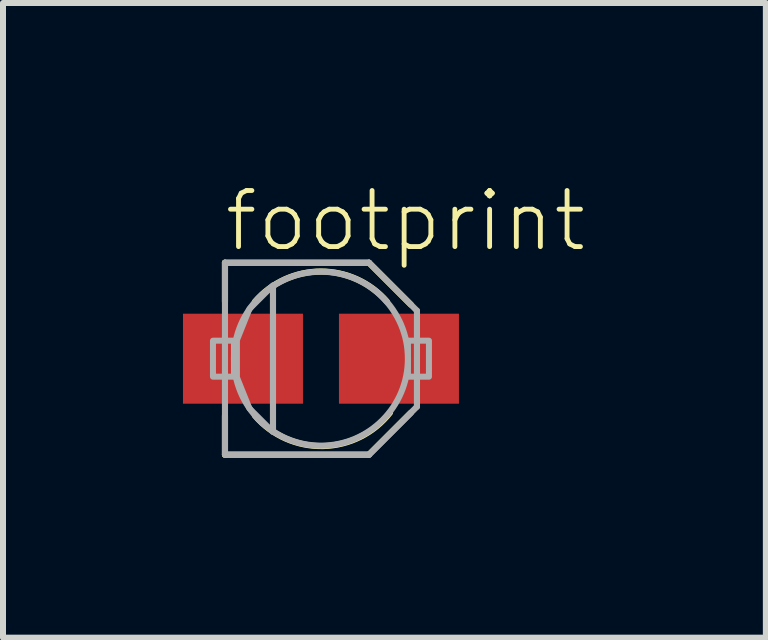
<source format=kicad_pcb>
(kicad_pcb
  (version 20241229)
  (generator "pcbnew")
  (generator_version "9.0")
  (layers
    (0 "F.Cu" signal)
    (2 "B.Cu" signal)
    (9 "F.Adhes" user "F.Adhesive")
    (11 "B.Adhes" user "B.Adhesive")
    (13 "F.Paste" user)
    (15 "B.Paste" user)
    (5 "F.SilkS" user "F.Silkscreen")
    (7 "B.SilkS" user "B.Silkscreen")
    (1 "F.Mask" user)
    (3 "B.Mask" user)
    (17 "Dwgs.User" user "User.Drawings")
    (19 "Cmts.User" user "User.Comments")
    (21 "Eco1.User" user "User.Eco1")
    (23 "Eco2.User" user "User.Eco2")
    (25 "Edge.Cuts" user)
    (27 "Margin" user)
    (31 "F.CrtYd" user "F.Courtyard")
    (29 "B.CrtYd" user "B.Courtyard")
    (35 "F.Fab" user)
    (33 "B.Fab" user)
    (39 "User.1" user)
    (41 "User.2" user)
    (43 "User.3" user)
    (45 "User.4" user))
  (footprint "footprint"
    (layer "F.Cu")
    (at 2.3 2.929)
    (property "Reference" "footprint" (at -1.65 -1.75 0) (layer "F.SilkS") (effects (font (size 0.935 0.935) (thickness 0.081)) (justify left bottom)))
    (fp_line (start -1.6 -1.6) (end 0.8 -1.6) (stroke (width 0.102) (type solid)) (layer "F.SilkS"))
    (fp_line (start -1.6 -0.95) (end -1.6 -1.6) (stroke (width 0.102) (type solid)) (layer "F.SilkS"))
    (fp_line (start -1.6 1.6) (end -1.6 0.95) (stroke (width 0.102) (type solid)) (layer "F.SilkS"))
    (fp_line (start 0.8 -1.6) (end 1.5 -0.9) (stroke (width 0.102) (type solid)) (layer "F.SilkS"))
    (fp_line (start 0.8 1.6) (end -1.6 1.6) (stroke (width 0.102) (type solid)) (layer "F.SilkS"))
    (fp_line (start 1.5 0.9) (end 0.8 1.6) (stroke (width 0.102) (type solid)) (layer "F.SilkS"))
    (fp_arc (start -1.1 -0.95) (mid 0 -1.453444) (end 1.1 -0.95) (stroke (width 0.1016) (type solid)) (layer "F.SilkS"))
    (fp_arc (start 1.149999 0.9) (mid 0.03681 1.456451) (end -1.1 0.95) (stroke (width 0.1016) (type solid)) (layer "F.SilkS"))
    (fp_line (start -1.6 -1.6) (end 0.8 -1.6) (stroke (width 0.102) (type solid)) (layer "F.Fab"))
    (fp_line (start -1.6 1.6) (end -1.6 -1.6) (stroke (width 0.102) (type solid)) (layer "F.Fab"))
    (fp_line (start -0.8 -1.2) (end -0.8 1.2) (stroke (width 0.102) (type solid)) (layer "F.Fab"))
    (fp_line (start 0.8 -1.6) (end 1.6 -0.8) (stroke (width 0.102) (type solid)) (layer "F.Fab"))
    (fp_line (start 0.8 1.6) (end -1.6 1.6) (stroke (width 0.102) (type solid)) (layer "F.Fab"))
    (fp_line (start 1.6 -0.8) (end 1.6 0.8) (stroke (width 0.102) (type solid)) (layer "F.Fab"))
    (fp_line (start 1.6 0.8) (end 0.8 1.6) (stroke (width 0.102) (type solid)) (layer "F.Fab"))
    (fp_circle (center 0 0) (end 1.45 0) (stroke (width 0.102) (type solid)) (fill no) (layer "F.Fab"))
    (fp_poly (pts (xy -1.8 0.3) (xy -1.45 0.3) (xy -1.45 -0.3) (xy -1.8 -0.3)) (stroke (width 0.1) (type solid)) (fill no) (layer "F.Fab"))
    (fp_poly (pts (xy 1.45 0.3) (xy 1.8 0.3) (xy 1.8 -0.3) (xy 1.45 -0.3)) (stroke (width 0.1) (type solid)) (fill no) (layer "F.Fab"))
    (fp_poly (pts (xy -0.799 1.223) (xy -1.193 0.829) (xy -1.401 0.31) (xy -1.401 -0.31) (xy -1.193 -0.829) (xy -0.799 -1.223)) (stroke (width 0.1) (type solid)) (fill no) (layer "F.Fab"))
    (pad "+" smd rect (at 1.3 0) (size 2 1.5) (layers "F.Cu" "F.Mask" "F.Paste"))
    (pad "-" smd rect (at -1.3 0) (size 2 1.5) (layers "F.Cu" "F.Mask" "F.Paste")))
  (gr_rect
    (start -3 -3)
    (end 9.716 7.579)
    (stroke (width 0.1) (type default))
    (fill no)
    (layer "Edge.Cuts")))
</source>
